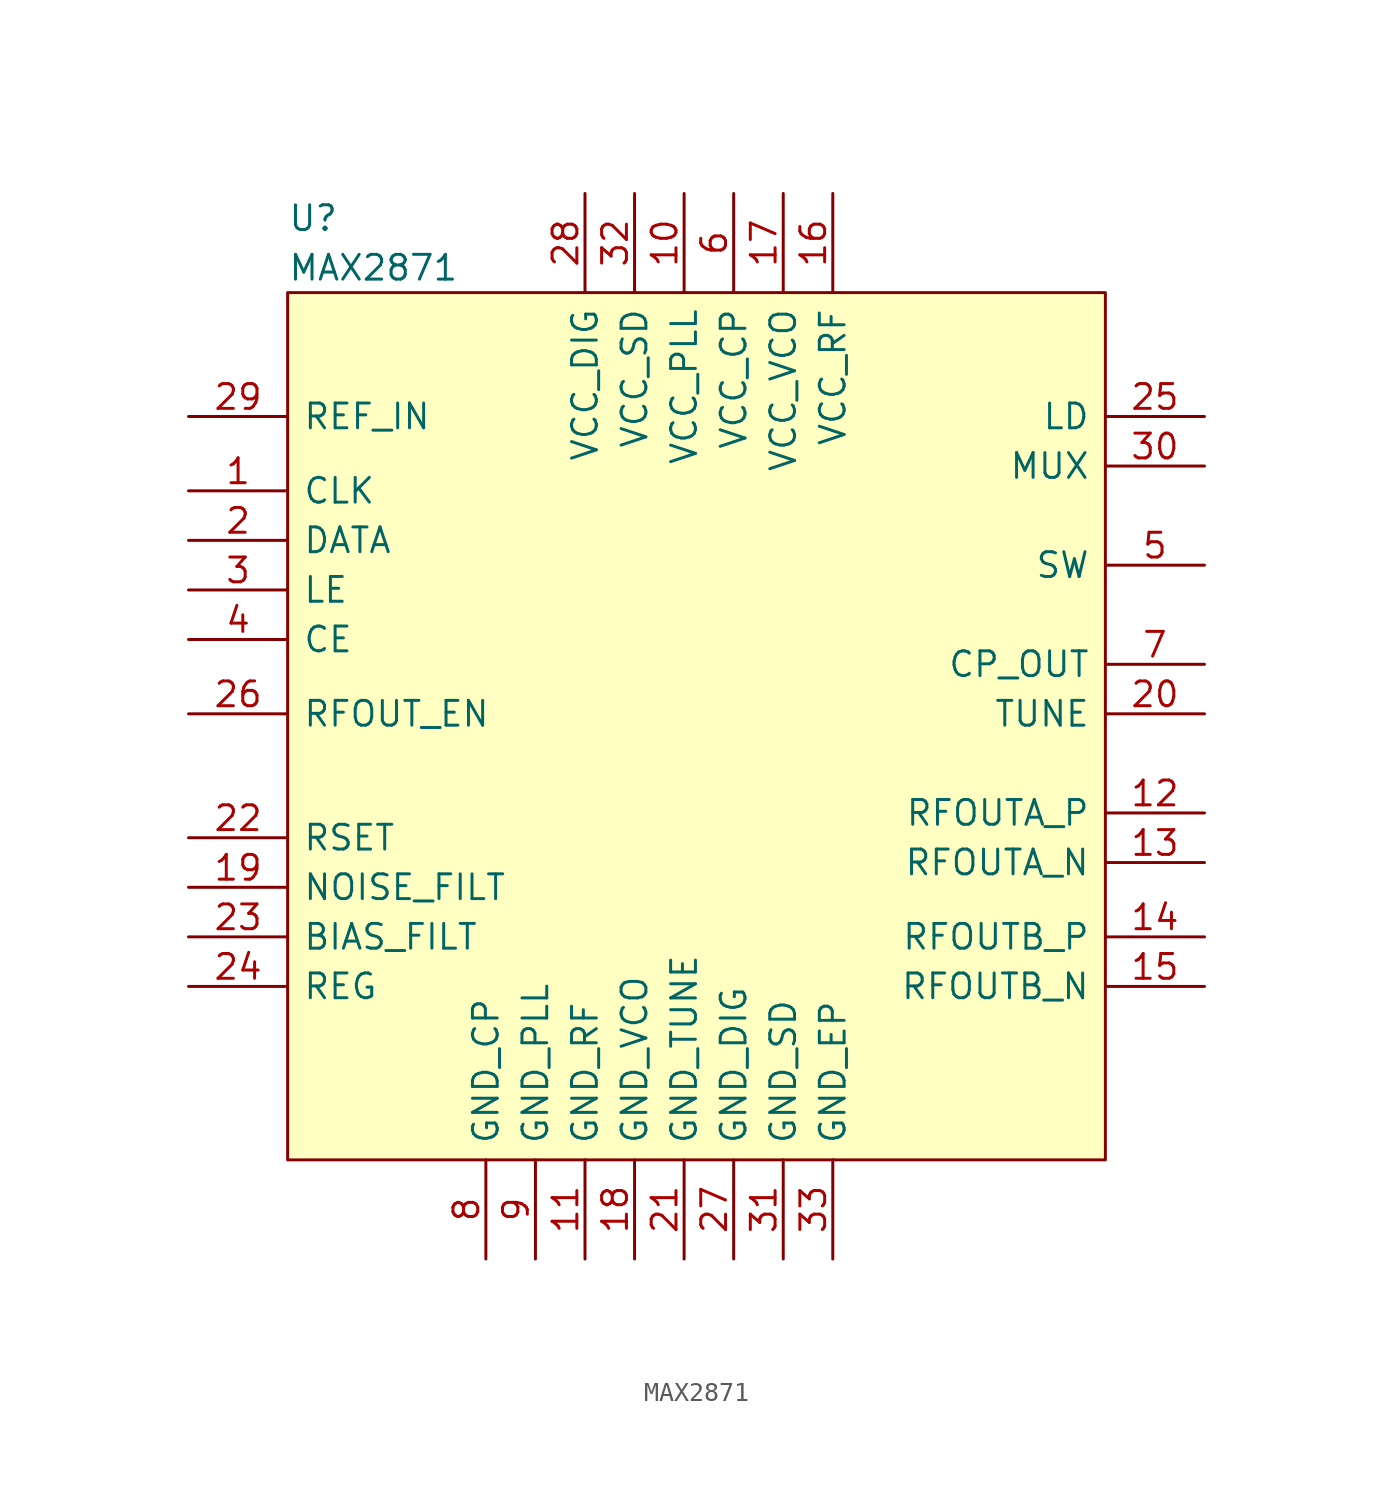
<source format=kicad_sym>
(kicad_symbol_lib
  (version 20201005)
  (generator kicad_symbol_editor)
  (symbol "MAX2871"
    (pin_names
      (offset 0.762))
    (property "Reference" "U"
      (at -20.32 25.4 0)
      (effects (font (size 1.27 1.27)) (justify left)))
    (property "Value" "MAX2871"
      (at -20.32 22.86 0)
      (effects (font (size 1.27 1.27)) (justify left)))
    (symbol "MAX2871_0_0"
      (pin bidirectional line (at -25.4 11.43 0) (length 5.08) (name "CLK" (effects (font (size 1.27 1.27)))) (number "1" (effects (font (size 1.27 1.27)))))
      (pin power_in line (at 0 26.67 270) (length 5.08) (name "VCC_PLL" (effects (font (size 1.27 1.27)))) (number "10" (effects (font (size 1.27 1.27)))))
      (pin power_in line (at -5.08 -27.94 90) (length 5.08) (name "GND_RF" (effects (font (size 1.27 1.27)))) (number "11" (effects (font (size 1.27 1.27)))))
      (pin bidirectional line (at 26.67 -5.08 180) (length 5.08) (name "RFOUTA_P" (effects (font (size 1.27 1.27)))) (number "12" (effects (font (size 1.27 1.27)))))
      (pin bidirectional line (at 26.67 -7.62 180) (length 5.08) (name "RFOUTA_N" (effects (font (size 1.27 1.27)))) (number "13" (effects (font (size 1.27 1.27)))))
      (pin bidirectional line (at 26.67 -11.43 180) (length 5.08) (name "RFOUTB_P" (effects (font (size 1.27 1.27)))) (number "14" (effects (font (size 1.27 1.27)))))
      (pin bidirectional line (at 26.67 -13.97 180) (length 5.08) (name "RFOUTB_N" (effects (font (size 1.27 1.27)))) (number "15" (effects (font (size 1.27 1.27)))))
      (pin power_in line (at 7.62 26.67 270) (length 5.08) (name "VCC_RF" (effects (font (size 1.27 1.27)))) (number "16" (effects (font (size 1.27 1.27)))))
      (pin power_in line (at -2.54 -27.94 90) (length 5.08) (name "GND_VCO" (effects (font (size 1.27 1.27)))) (number "18" (effects (font (size 1.27 1.27)))))
      (pin bidirectional line (at -25.4 -8.89 0) (length 5.08) (name "NOISE_FILT" (effects (font (size 1.27 1.27)))) (number "19" (effects (font (size 1.27 1.27)))))
      (pin bidirectional line (at -25.4 8.89 0) (length 5.08) (name "DATA" (effects (font (size 1.27 1.27)))) (number "2" (effects (font (size 1.27 1.27)))))
      (pin bidirectional line (at 26.67 0 180) (length 5.08) (name "TUNE" (effects (font (size 1.27 1.27)))) (number "20" (effects (font (size 1.27 1.27)))))
      (pin power_in line (at 0 -27.94 90) (length 5.08) (name "GND_TUNE" (effects (font (size 1.27 1.27)))) (number "21" (effects (font (size 1.27 1.27)))))
      (pin bidirectional line (at -25.4 -6.35 0) (length 5.08) (name "RSET" (effects (font (size 1.27 1.27)))) (number "22" (effects (font (size 1.27 1.27)))))
      (pin bidirectional line (at -25.4 -11.43 0) (length 5.08) (name "BIAS_FILT" (effects (font (size 1.27 1.27)))) (number "23" (effects (font (size 1.27 1.27)))))
      (pin bidirectional line (at -25.4 -13.97 0) (length 5.08) (name "REG" (effects (font (size 1.27 1.27)))) (number "24" (effects (font (size 1.27 1.27)))))
      (pin bidirectional line (at 26.67 15.24 180) (length 5.08) (name "LD" (effects (font (size 1.27 1.27)))) (number "25" (effects (font (size 1.27 1.27)))))
      (pin bidirectional line (at -25.4 0 0) (length 5.08) (name "RFOUT_EN" (effects (font (size 1.27 1.27)))) (number "26" (effects (font (size 1.27 1.27)))))
      (pin power_in line (at 2.54 -27.94 90) (length 5.08) (name "GND_DIG" (effects (font (size 1.27 1.27)))) (number "27" (effects (font (size 1.27 1.27)))))
      (pin power_in line (at -5.08 26.67 270) (length 5.08) (name "VCC_DIG" (effects (font (size 1.27 1.27)))) (number "28" (effects (font (size 1.27 1.27)))))
      (pin bidirectional line (at -25.4 15.24 0) (length 5.08) (name "REF_IN" (effects (font (size 1.27 1.27)))) (number "29" (effects (font (size 1.27 1.27)))))
      (pin bidirectional line (at -25.4 6.35 0) (length 5.08) (name "LE" (effects (font (size 1.27 1.27)))) (number "3" (effects (font (size 1.27 1.27)))))
      (pin bidirectional line (at 26.67 12.7 180) (length 5.08) (name "MUX" (effects (font (size 1.27 1.27)))) (number "30" (effects (font (size 1.27 1.27)))))
      (pin power_in line (at 5.08 -27.94 90) (length 5.08) (name "GND_SD" (effects (font (size 1.27 1.27)))) (number "31" (effects (font (size 1.27 1.27)))))
      (pin power_in line (at -2.54 26.67 270) (length 5.08) (name "VCC_SD" (effects (font (size 1.27 1.27)))) (number "32" (effects (font (size 1.27 1.27)))))
      (pin power_in line (at 7.62 -27.94 90) (length 5.08) (name "GND_EP" (effects (font (size 1.27 1.27)))) (number "33" (effects (font (size 1.27 1.27)))))
      (pin bidirectional line (at -25.4 3.81 0) (length 5.08) (name "CE" (effects (font (size 1.27 1.27)))) (number "4" (effects (font (size 1.27 1.27)))))
      (pin bidirectional line (at 26.67 7.62 180) (length 5.08) (name "SW" (effects (font (size 1.27 1.27)))) (number "5" (effects (font (size 1.27 1.27)))))
      (pin power_in line (at 2.54 26.67 270) (length 5.08) (name "VCC_CP" (effects (font (size 1.27 1.27)))) (number "6" (effects (font (size 1.27 1.27)))))
      (pin bidirectional line (at 26.67 2.54 180) (length 5.08) (name "CP_OUT" (effects (font (size 1.27 1.27)))) (number "7" (effects (font (size 1.27 1.27)))))
      (pin power_in line (at -10.16 -27.94 90) (length 5.08) (name "GND_CP" (effects (font (size 1.27 1.27)))) (number "8" (effects (font (size 1.27 1.27)))))
      (pin power_in line (at -7.62 -27.94 90) (length 5.08) (name "GND_PLL" (effects (font (size 1.27 1.27)))) (number "9" (effects (font (size 1.27 1.27))))))
    (symbol "MAX2871_0_1"
      (polyline (pts (xy -20.32 21.59) (xy 10.16 21.59) (xy 21.59 21.59) (xy 21.59 -22.86) (xy -20.32 -22.86) (xy -20.32 21.59)) (stroke (width 0.152)) (fill (type background))))
    (symbol "MAX2871_1_0"
      (pin power_in line (at 5.08 26.67 270) (length 5.08) (name "VCC_VCO" (effects (font (size 1.27 1.27)))) (number "17" (effects (font (size 1.27 1.27))))))))
</source>
